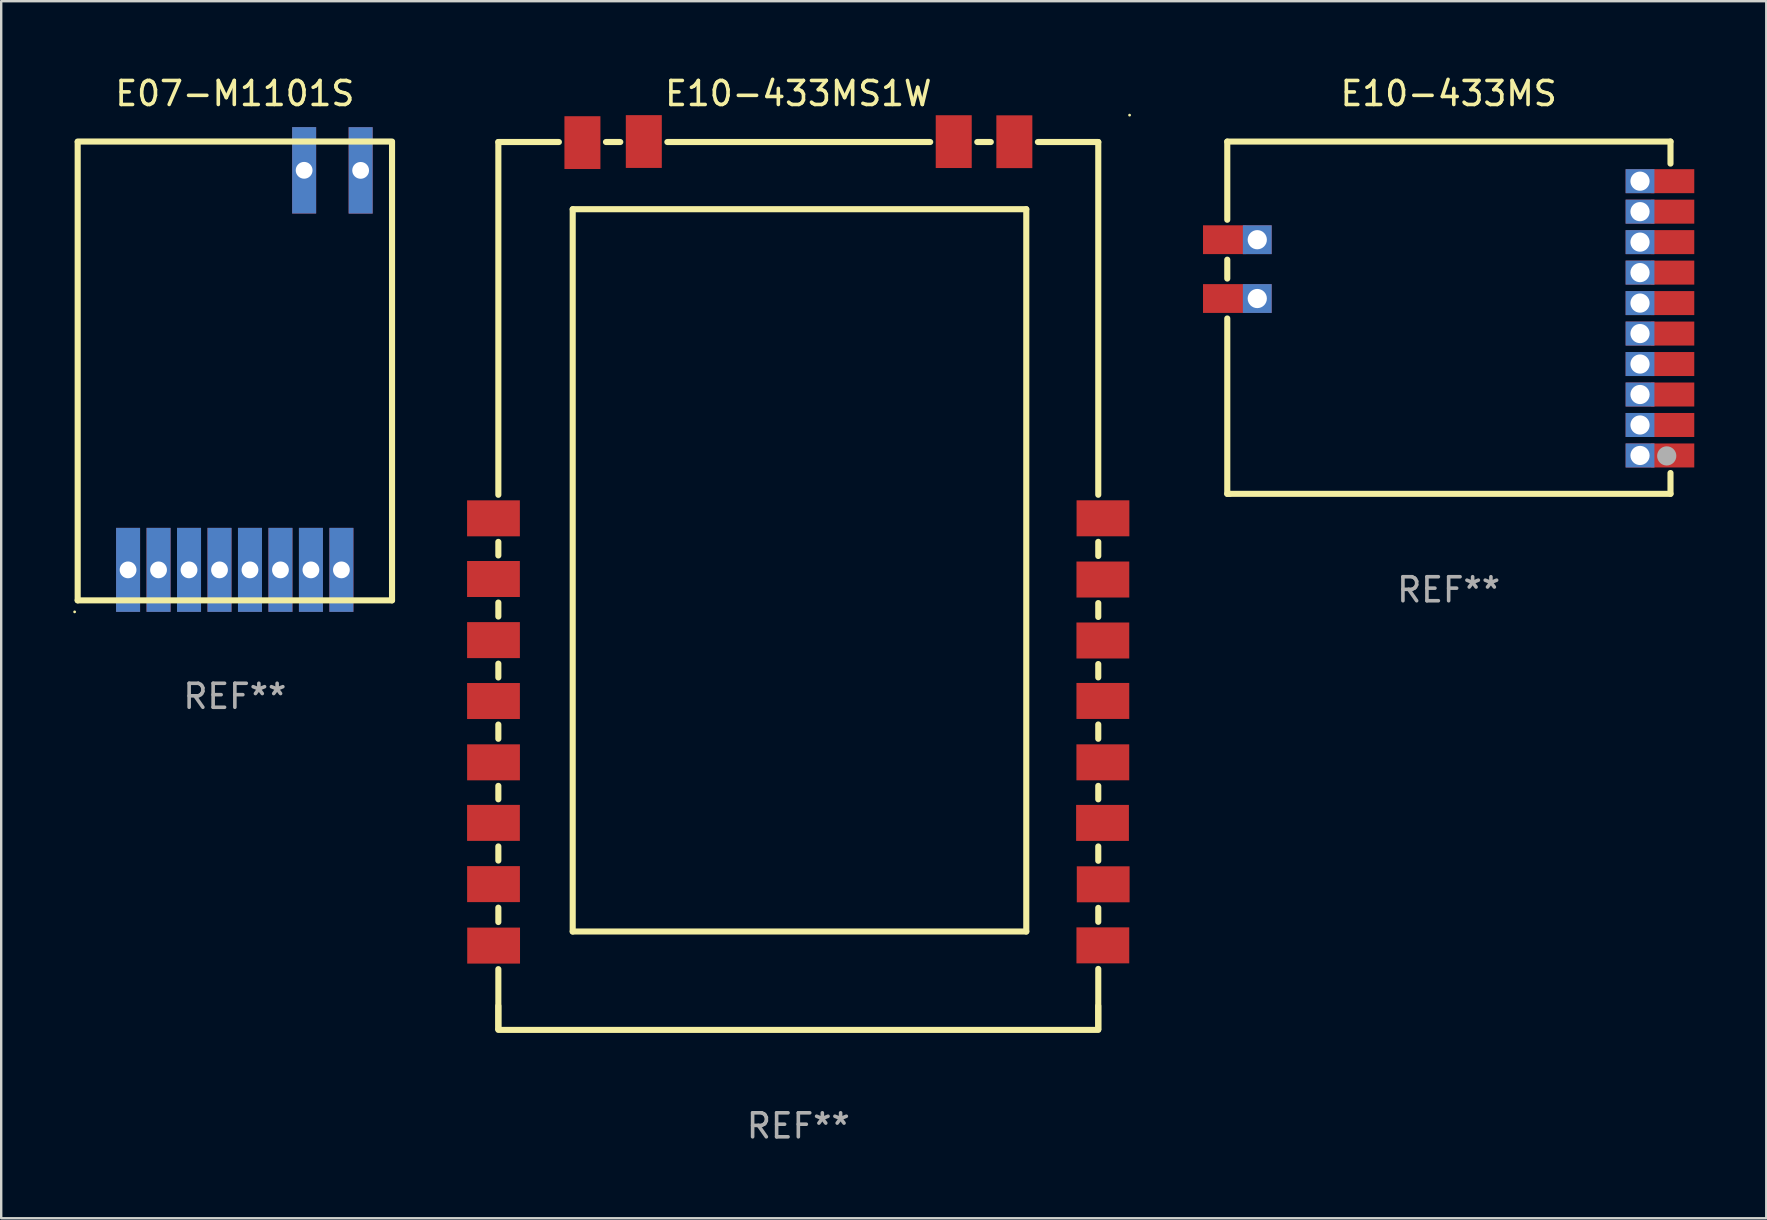
<source format=kicad_pcb>
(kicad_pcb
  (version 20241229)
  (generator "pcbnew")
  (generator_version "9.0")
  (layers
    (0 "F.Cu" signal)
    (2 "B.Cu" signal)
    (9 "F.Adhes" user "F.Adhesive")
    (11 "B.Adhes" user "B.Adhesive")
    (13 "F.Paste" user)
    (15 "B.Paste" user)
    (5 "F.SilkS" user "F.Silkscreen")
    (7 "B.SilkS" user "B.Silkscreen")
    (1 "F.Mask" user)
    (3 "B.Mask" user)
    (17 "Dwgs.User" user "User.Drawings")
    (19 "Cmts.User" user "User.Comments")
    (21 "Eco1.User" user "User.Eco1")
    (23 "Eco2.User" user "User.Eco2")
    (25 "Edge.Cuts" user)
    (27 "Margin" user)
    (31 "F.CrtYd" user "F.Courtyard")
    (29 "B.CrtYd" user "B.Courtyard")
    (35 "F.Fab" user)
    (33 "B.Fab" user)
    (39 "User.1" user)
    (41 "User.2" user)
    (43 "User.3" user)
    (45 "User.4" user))
  (footprint "E10-433MS"
    (layer "F.Cu")
    (at 57.318 10.189)
    (property "Reference" "E10-433MS" (at 0 -9.34 0) (layer "F.SilkS") (effects (font (size 1 1) (thickness 0.15))))
    (attr through_hole)
    (fp_line (start -9.225 -7.339) (end -9.225 -4.081) (stroke (width 0.254) (type solid)) (layer "F.SilkS"))
    (fp_line (start -9.225 -2.418) (end -9.225 -1.631) (stroke (width 0.254) (type solid)) (layer "F.SilkS"))
    (fp_line (start -9.225 0.032) (end -9.225 7.34) (stroke (width 0.254) (type solid)) (layer "F.SilkS"))
    (fp_line (start -9.225 7.34) (end -9.125 7.34) (stroke (width 0.254) (type solid)) (layer "F.SilkS"))
    (fp_line (start 9.245 -7.34) (end -9.225 -7.339) (stroke (width 0.254) (type solid)) (layer "F.SilkS"))
    (fp_line (start 9.245 -7.34) (end 9.245 -6.421) (stroke (width 0.254) (type solid)) (layer "F.SilkS"))
    (fp_line (start 9.245 6.472) (end 9.245 7.34) (stroke (width 0.254) (type solid)) (layer "F.SilkS"))
    (fp_line (start 9.245 7.34) (end -9.125 7.34) (stroke (width 0.254) (type solid)) (layer "F.SilkS"))
    (fp_circle (center 9.225 7.301) (end 9.255 7.301) (stroke (width 0.06) (type solid)) (fill no) (layer "F.SilkS"))
    (fp_circle (center 9.088 5.76) (end 9.288 5.76) (stroke (width 0.4) (type solid)) (fill no) (layer "F.Fab"))
    (fp_text user "REF**" (at 0 11.34 0) (layer "F.Fab") (effects (font (size 1 1) (thickness 0.15))))
    (pad "1" thru_hole rect (at 7.975 5.741 90) (size 1 1.2) (drill 0.8) (layers "*.Cu" "*.Mask"))
    (pad "1" smd rect (at 9.336 5.741 90) (size 1 1.8) (layers "F.Cu" "F.Mask" "F.Paste"))
    (pad "2" thru_hole rect (at 7.975 4.471 90) (size 1 1.2) (drill 0.8) (layers "*.Cu" "*.Mask"))
    (pad "2" smd rect (at 9.336 4.471 90) (size 1 1.8) (layers "F.Cu" "F.Mask" "F.Paste"))
    (pad "3" thru_hole rect (at 7.975 3.201 90) (size 1 1.2) (drill 0.8) (layers "*.Cu" "*.Mask"))
    (pad "3" smd rect (at 9.336 3.201 90) (size 1 1.8) (layers "F.Cu" "F.Mask" "F.Paste"))
    (pad "4" thru_hole rect (at 7.975 1.931 90) (size 1 1.2) (drill 0.8) (layers "*.Cu" "*.Mask"))
    (pad "4" smd rect (at 9.336 1.931 90) (size 1 1.8) (layers "F.Cu" "F.Mask" "F.Paste"))
    (pad "5" thru_hole rect (at 7.975 0.661 90) (size 1 1.2) (drill 0.8) (layers "*.Cu" "*.Mask"))
    (pad "5" smd rect (at 9.336 0.661 90) (size 1 1.8) (layers "F.Cu" "F.Mask" "F.Paste"))
    (pad "6" thru_hole rect (at 7.975 -0.609 90) (size 1 1.2) (drill 0.8) (layers "*.Cu" "*.Mask"))
    (pad "6" smd rect (at 9.336 -0.609 90) (size 1 1.8) (layers "F.Cu" "F.Mask" "F.Paste"))
    (pad "7" thru_hole rect (at 7.975 -1.879 90) (size 1 1.2) (drill 0.8) (layers "*.Cu" "*.Mask"))
    (pad "7" smd rect (at 9.336 -1.879 90) (size 1 1.8) (layers "F.Cu" "F.Mask" "F.Paste"))
    (pad "8" thru_hole rect (at 7.975 -3.149 90) (size 1 1.2) (drill 0.8) (layers "*.Cu" "*.Mask"))
    (pad "8" smd rect (at 9.336 -3.149 90) (size 1 1.8) (layers "F.Cu" "F.Mask" "F.Paste"))
    (pad "9" thru_hole rect (at 7.975 -4.419 90) (size 1 1.2) (drill 0.8) (layers "*.Cu" "*.Mask"))
    (pad "9" smd rect (at 9.336 -4.419 90) (size 1 1.8) (layers "F.Cu" "F.Mask" "F.Paste"))
    (pad "10" thru_hole rect (at 7.975 -5.689 90) (size 1 1.2) (drill 0.8) (layers "*.Cu" "*.Mask"))
    (pad "10" smd rect (at 9.336 -5.689 90) (size 1 1.8) (layers "F.Cu" "F.Mask" "F.Paste"))
    (pad "11" smd rect (at -9.336 -3.25 270) (size 1.2 1.8) (layers "F.Cu" "F.Mask" "F.Paste"))
    (pad "11" thru_hole rect (at -7.975 -3.25 90) (size 1.2 1.2) (drill 0.8) (layers "*.Cu" "*.Mask"))
    (pad "12" smd rect (at -9.336 -0.799 270) (size 1.2 1.8) (layers "F.Cu" "F.Mask" "F.Paste"))
    (pad "12" thru_hole rect (at -7.975 -0.799 90) (size 1.2 1.2) (drill 0.8) (layers "*.Cu" "*.Mask")))
  (footprint "E10-433MS1W"
    (layer "F.Cu")
    (at 30.218 21.358)
    (property "Reference" "E10-433MS1W" (at 0 -20.51 0) (layer "F.SilkS") (effects (font (size 1 1) (thickness 0.15))))
    (attr through_hole)
    (fp_line (start -12.501 -18.49) (end -12.501 -3.789) (stroke (width 0.254) (type solid)) (layer "F.SilkS"))
    (fp_line (start -12.501 -18.49) (end -9.978 -18.49) (stroke (width 0.254) (type solid)) (layer "F.SilkS"))
    (fp_line (start -12.501 -1.827) (end -12.501 -1.261) (stroke (width 0.254) (type solid)) (layer "F.SilkS"))
    (fp_line (start -12.501 0.701) (end -12.501 1.285) (stroke (width 0.254) (type solid)) (layer "F.SilkS"))
    (fp_line (start -12.501 3.248) (end -12.501 3.824) (stroke (width 0.254) (type solid)) (layer "F.SilkS"))
    (fp_line (start -12.501 5.786) (end -12.501 6.379) (stroke (width 0.254) (type solid)) (layer "F.SilkS"))
    (fp_line (start -12.501 8.341) (end -12.501 8.901) (stroke (width 0.254) (type solid)) (layer "F.SilkS"))
    (fp_line (start -12.501 10.864) (end -12.501 11.454) (stroke (width 0.254) (type solid)) (layer "F.SilkS"))
    (fp_line (start -12.501 13.416) (end -12.501 14.015) (stroke (width 0.254) (type solid)) (layer "F.SilkS"))
    (fp_line (start -12.501 15.978) (end -12.501 18.47) (stroke (width 0.254) (type solid)) (layer "F.SilkS"))
    (fp_line (start -12.501 17.51) (end -12.501 18.47) (stroke (width 0.254) (type solid)) (layer "F.SilkS"))
    (fp_line (start -9.402 -15.69) (end 9.499 -15.69) (stroke (width 0.254) (type solid)) (layer "F.SilkS"))
    (fp_line (start -9.402 14.41) (end -9.402 -15.69) (stroke (width 0.254) (type solid)) (layer "F.SilkS"))
    (fp_line (start -8.016 -18.49) (end -7.42 -18.49) (stroke (width 0.254) (type solid)) (layer "F.SilkS"))
    (fp_line (start -5.458 -18.49) (end 5.495 -18.49) (stroke (width 0.254) (type solid)) (layer "F.SilkS"))
    (fp_line (start 7.457 -18.49) (end 8.021 -18.49) (stroke (width 0.254) (type solid)) (layer "F.SilkS"))
    (fp_line (start 9.499 -15.69) (end 9.499 14.41) (stroke (width 0.254) (type solid)) (layer "F.SilkS"))
    (fp_line (start 9.499 14.41) (end -9.402 14.41) (stroke (width 0.254) (type solid)) (layer "F.SilkS"))
    (fp_line (start 9.983 -18.49) (end 12.499 -18.49) (stroke (width 0.254) (type solid)) (layer "F.SilkS"))
    (fp_line (start 12.499 -18.49) (end 12.499 -3.79) (stroke (width 0.254) (type solid)) (layer "F.SilkS"))
    (fp_line (start 12.499 -1.828) (end 12.499 -1.239) (stroke (width 0.254) (type solid)) (layer "F.SilkS"))
    (fp_line (start 12.499 0.723) (end 12.499 1.302) (stroke (width 0.254) (type solid)) (layer "F.SilkS"))
    (fp_line (start 12.499 3.264) (end 12.499 3.821) (stroke (width 0.254) (type solid)) (layer "F.SilkS"))
    (fp_line (start 12.499 5.783) (end 12.499 6.379) (stroke (width 0.254) (type solid)) (layer "F.SilkS"))
    (fp_line (start 12.499 8.341) (end 12.499 8.902) (stroke (width 0.254) (type solid)) (layer "F.SilkS"))
    (fp_line (start 12.499 10.865) (end 12.499 11.462) (stroke (width 0.254) (type solid)) (layer "F.SilkS"))
    (fp_line (start 12.499 13.424) (end 12.499 14.006) (stroke (width 0.254) (type solid)) (layer "F.SilkS"))
    (fp_line (start 12.499 15.968) (end 12.499 18.47) (stroke (width 0.254) (type solid)) (layer "F.SilkS"))
    (fp_line (start 12.499 17.51) (end 12.499 18.47) (stroke (width 0.254) (type solid)) (layer "F.SilkS"))
    (fp_line (start 12.499 18.51) (end -12.501 18.51) (stroke (width 0.254) (type solid)) (layer "F.SilkS"))
    (fp_circle (center 13.804 -19.61) (end 13.834 -19.61) (stroke (width 0.06) (type solid)) (fill no) (layer "F.SilkS"))
    (fp_text user "REF**" (at 0 22.51 0) (layer "F.Fab") (effects (font (size 1 1) (thickness 0.15))))
    (pad "1" smd rect (at 12.695 -2.809) (size 2.2 1.5) (layers "F.Cu" "F.Mask" "F.Paste"))
    (pad "2" smd rect (at 12.691 -0.258) (size 2.2 1.5) (layers "F.Cu" "F.Mask" "F.Paste"))
    (pad "3" smd rect (at 12.69 2.283) (size 2.2 1.5) (layers "F.Cu" "F.Mask" "F.Paste"))
    (pad "4" smd rect (at 12.69 4.802) (size 2.2 1.5) (layers "F.Cu" "F.Mask" "F.Paste"))
    (pad "5" smd rect (at 12.689 7.36) (size 2.2 1.5) (layers "F.Cu" "F.Mask" "F.Paste"))
    (pad "6" smd rect (at 12.676 9.884) (size 2.2 1.5) (layers "F.Cu" "F.Mask" "F.Paste"))
    (pad "7" smd rect (at 12.704 12.443) (size 2.2 1.5) (layers "F.Cu" "F.Mask" "F.Paste"))
    (pad "8" smd rect (at 12.69 14.987) (size 2.2 1.5) (layers "F.Cu" "F.Mask" "F.Paste"))
    (pad "9" smd rect (at -12.698 14.997) (size 2.2 1.5) (layers "F.Cu" "F.Mask" "F.Paste"))
    (pad "10" smd rect (at -12.702 12.435) (size 2.2 1.5) (layers "F.Cu" "F.Mask" "F.Paste"))
    (pad "11" smd rect (at -12.704 9.883) (size 2.2 1.5) (layers "F.Cu" "F.Mask" "F.Paste"))
    (pad "12" smd rect (at -12.702 7.36) (size 2.2 1.5) (layers "F.Cu" "F.Mask" "F.Paste"))
    (pad "13" smd rect (at -12.703 4.805) (size 2.2 1.5) (layers "F.Cu" "F.Mask" "F.Paste"))
    (pad "14" smd rect (at -12.703 2.267) (size 2.2 1.5) (layers "F.Cu" "F.Mask" "F.Paste"))
    (pad "15" smd rect (at -12.704 -0.28) (size 2.2 1.5) (layers "F.Cu" "F.Mask" "F.Paste"))
    (pad "16" smd rect (at -12.704 -2.808) (size 2.2 1.5) (layers "F.Cu" "F.Mask" "F.Paste"))
    (pad "17" smd rect (at -8.997 -18.465 90) (size 2.2 1.5) (layers "F.Cu" "F.Mask" "F.Paste"))
    (pad "18" smd rect (at -6.439 -18.51 90) (size 2.2 1.5) (layers "F.Cu" "F.Mask" "F.Paste"))
    (pad "19" smd rect (at 6.476 -18.506 90) (size 2.2 1.5) (layers "F.Cu" "F.Mask" "F.Paste"))
    (pad "20" smd rect (at 9.002 -18.502 90) (size 2.2 1.5) (layers "F.Cu" "F.Mask" "F.Paste")))
  (footprint "E07-M1101S"
    (layer "F.Cu")
    (at 6.737 12.408)
    (property "Reference" "E07-M1101S" (at 0 -11.56 0) (layer "F.SilkS") (effects (font (size 1 1) (thickness 0.15))))
    (attr through_hole)
    (fp_line (start -6.55 -9.56) (end 6.55 -9.56) (stroke (width 0.254) (type solid)) (layer "F.SilkS"))
    (fp_line (start -6.55 9.56) (end -6.55 -9.54) (stroke (width 0.254) (type solid)) (layer "F.SilkS"))
    (fp_line (start -6.55 9.56) (end 6.55 9.56) (stroke (width 0.254) (type solid)) (layer "F.SilkS"))
    (fp_line (start 6.55 9.56) (end 6.55 -9.54) (stroke (width 0.254) (type solid)) (layer "F.SilkS"))
    (fp_circle (center -6.677 10.04) (end -6.647 10.04) (stroke (width 0.06) (type solid)) (fill no) (layer "F.SilkS"))
    (fp_text user "REF**" (at 0 13.56 0) (layer "F.Fab") (effects (font (size 1 1) (thickness 0.15))))
    (pad "1" thru_hole rect (at -4.45 8.29) (size 1 3.5) (drill 0.7) (layers "*.Cu" "*.Mask"))
    (pad "2" thru_hole rect (at -3.18 8.29) (size 1 3.5) (drill 0.7) (layers "*.Cu" "*.Mask"))
    (pad "3" thru_hole rect (at -1.91 8.29) (size 1 3.5) (drill 0.7) (layers "*.Cu" "*.Mask"))
    (pad "4" thru_hole rect (at -0.64 8.29) (size 1 3.5) (drill 0.7) (layers "*.Cu" "*.Mask"))
    (pad "5" thru_hole rect (at 0.63 8.29) (size 1 3.5) (drill 0.7) (layers "*.Cu" "*.Mask"))
    (pad "6" thru_hole rect (at 1.9 8.29) (size 1 3.5) (drill 0.7) (layers "*.Cu" "*.Mask"))
    (pad "7" thru_hole rect (at 3.17 8.29) (size 1 3.5) (drill 0.7) (layers "*.Cu" "*.Mask"))
    (pad "8" thru_hole rect (at 4.44 8.29) (size 1 3.5) (drill 0.7) (layers "*.Cu" "*.Mask"))
    (pad "9" thru_hole rect (at 5.242 -8.358) (size 1 3.6) (drill 0.7) (layers "*.Cu" "*.Mask"))
    (pad "10" thru_hole rect (at 2.887 -8.361) (size 1 3.6) (drill 0.7) (layers "*.Cu" "*.Mask")))
  (gr_rect
    (start -3 -3)
    (end 70.554 47.717)
    (stroke (width 0.1) (type default))
    (fill no)
    (layer "Edge.Cuts")))
</source>
